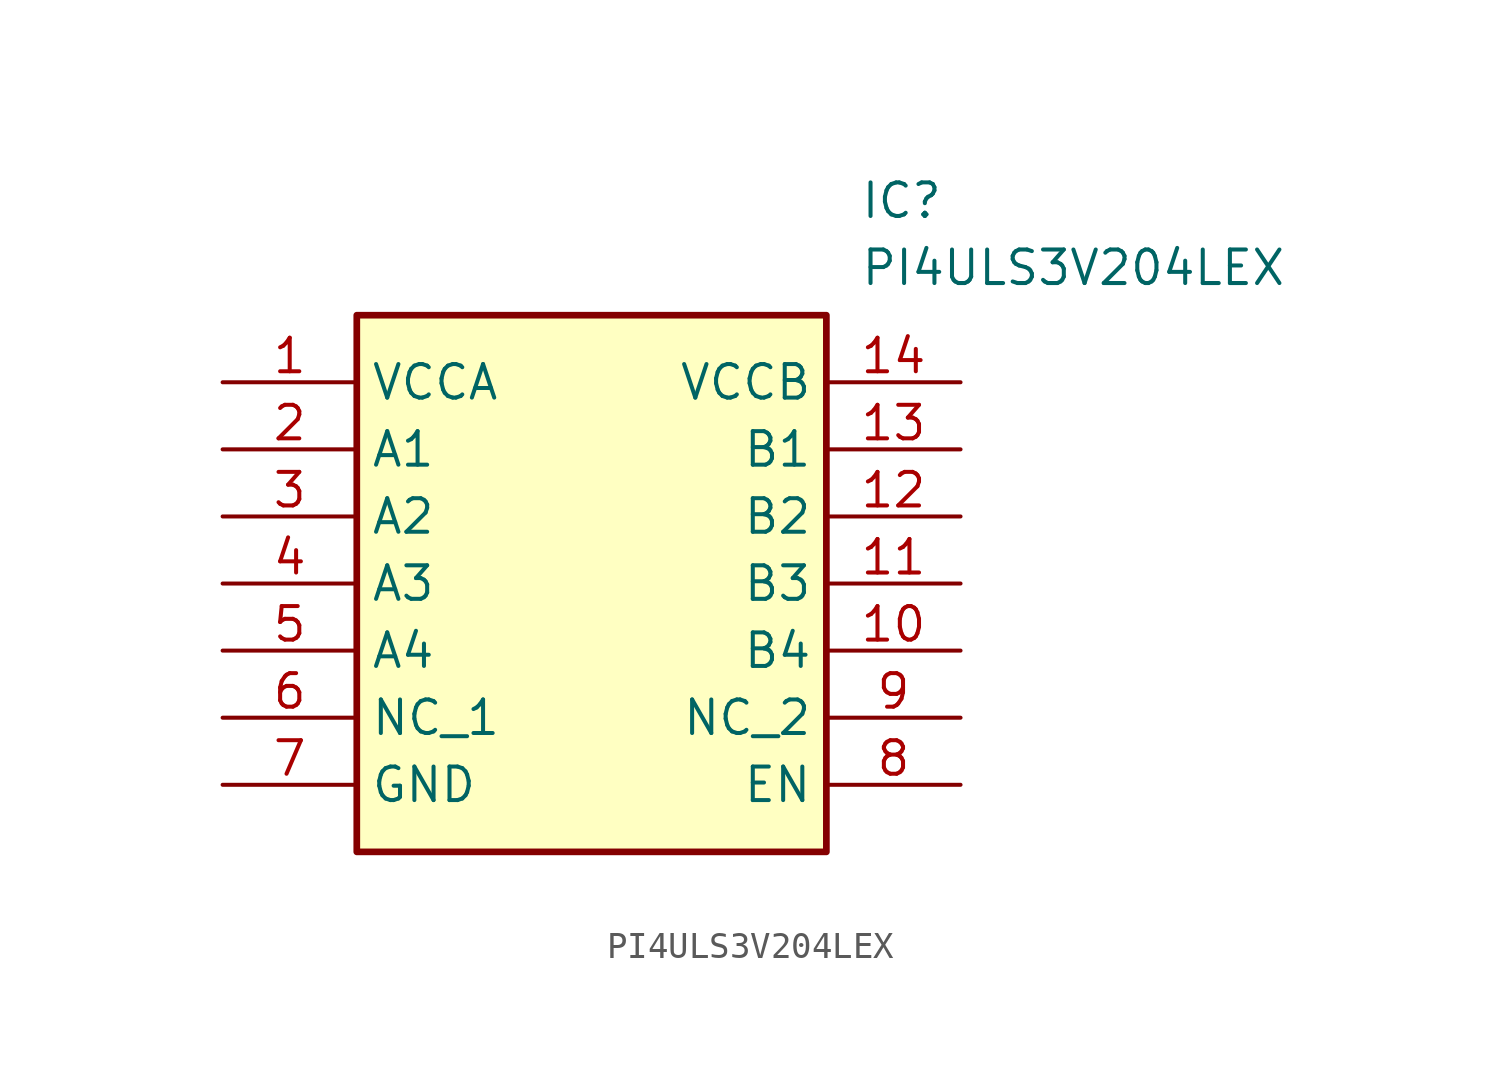
<source format=kicad_sym>
(kicad_symbol_lib
  (version 20211014)
  (generator SamacSys_ECAD_Model)
  (symbol "PI4ULS3V204LEX"
    (property "Reference" "IC"
      (at 24.13 7.62 0)
      (effects (font (size 1.27 1.27)) (justify left top)))
    (property "Value" "PI4ULS3V204LEX"
      (at 24.13 5.08 0)
      (effects (font (size 1.27 1.27)) (justify left top)))
    (rectangle
      (start 5.08 2.54)
      (end 22.86 -17.78)
      (stroke (width 0.254) (type default))
      (fill (type background)))
    (pin passive line
      (at 0 0 0)
      (length 5.08)
      (name "VCCA" (effects (font (size 1.27 1.27))))
      (number "1" (effects (font (size 1.27 1.27)))))
    (pin passive line
      (at 0 -2.54 0)
      (length 5.08)
      (name "A1" (effects (font (size 1.27 1.27))))
      (number "2" (effects (font (size 1.27 1.27)))))
    (pin passive line
      (at 0 -5.08 0)
      (length 5.08)
      (name "A2" (effects (font (size 1.27 1.27))))
      (number "3" (effects (font (size 1.27 1.27)))))
    (pin passive line
      (at 0 -7.62 0)
      (length 5.08)
      (name "A3" (effects (font (size 1.27 1.27))))
      (number "4" (effects (font (size 1.27 1.27)))))
    (pin passive line
      (at 0 -10.16 0)
      (length 5.08)
      (name "A4" (effects (font (size 1.27 1.27))))
      (number "5" (effects (font (size 1.27 1.27)))))
    (pin passive line
      (at 0 -12.7 0)
      (length 5.08)
      (name "NC_1" (effects (font (size 1.27 1.27))))
      (number "6" (effects (font (size 1.27 1.27)))))
    (pin passive line
      (at 0 -15.24 0)
      (length 5.08)
      (name "GND" (effects (font (size 1.27 1.27))))
      (number "7" (effects (font (size 1.27 1.27)))))
    (pin passive line
      (at 27.94 0 180)
      (length 5.08)
      (name "VCCB" (effects (font (size 1.27 1.27))))
      (number "14" (effects (font (size 1.27 1.27)))))
    (pin passive line
      (at 27.94 -2.54 180)
      (length 5.08)
      (name "B1" (effects (font (size 1.27 1.27))))
      (number "13" (effects (font (size 1.27 1.27)))))
    (pin passive line
      (at 27.94 -5.08 180)
      (length 5.08)
      (name "B2" (effects (font (size 1.27 1.27))))
      (number "12" (effects (font (size 1.27 1.27)))))
    (pin passive line
      (at 27.94 -7.62 180)
      (length 5.08)
      (name "B3" (effects (font (size 1.27 1.27))))
      (number "11" (effects (font (size 1.27 1.27)))))
    (pin passive line
      (at 27.94 -10.16 180)
      (length 5.08)
      (name "B4" (effects (font (size 1.27 1.27))))
      (number "10" (effects (font (size 1.27 1.27)))))
    (pin passive line
      (at 27.94 -12.7 180)
      (length 5.08)
      (name "NC_2" (effects (font (size 1.27 1.27))))
      (number "9" (effects (font (size 1.27 1.27)))))
    (pin passive line
      (at 27.94 -15.24 180)
      (length 5.08)
      (name "EN" (effects (font (size 1.27 1.27))))
      (number "8" (effects (font (size 1.27 1.27)))))))
</source>
